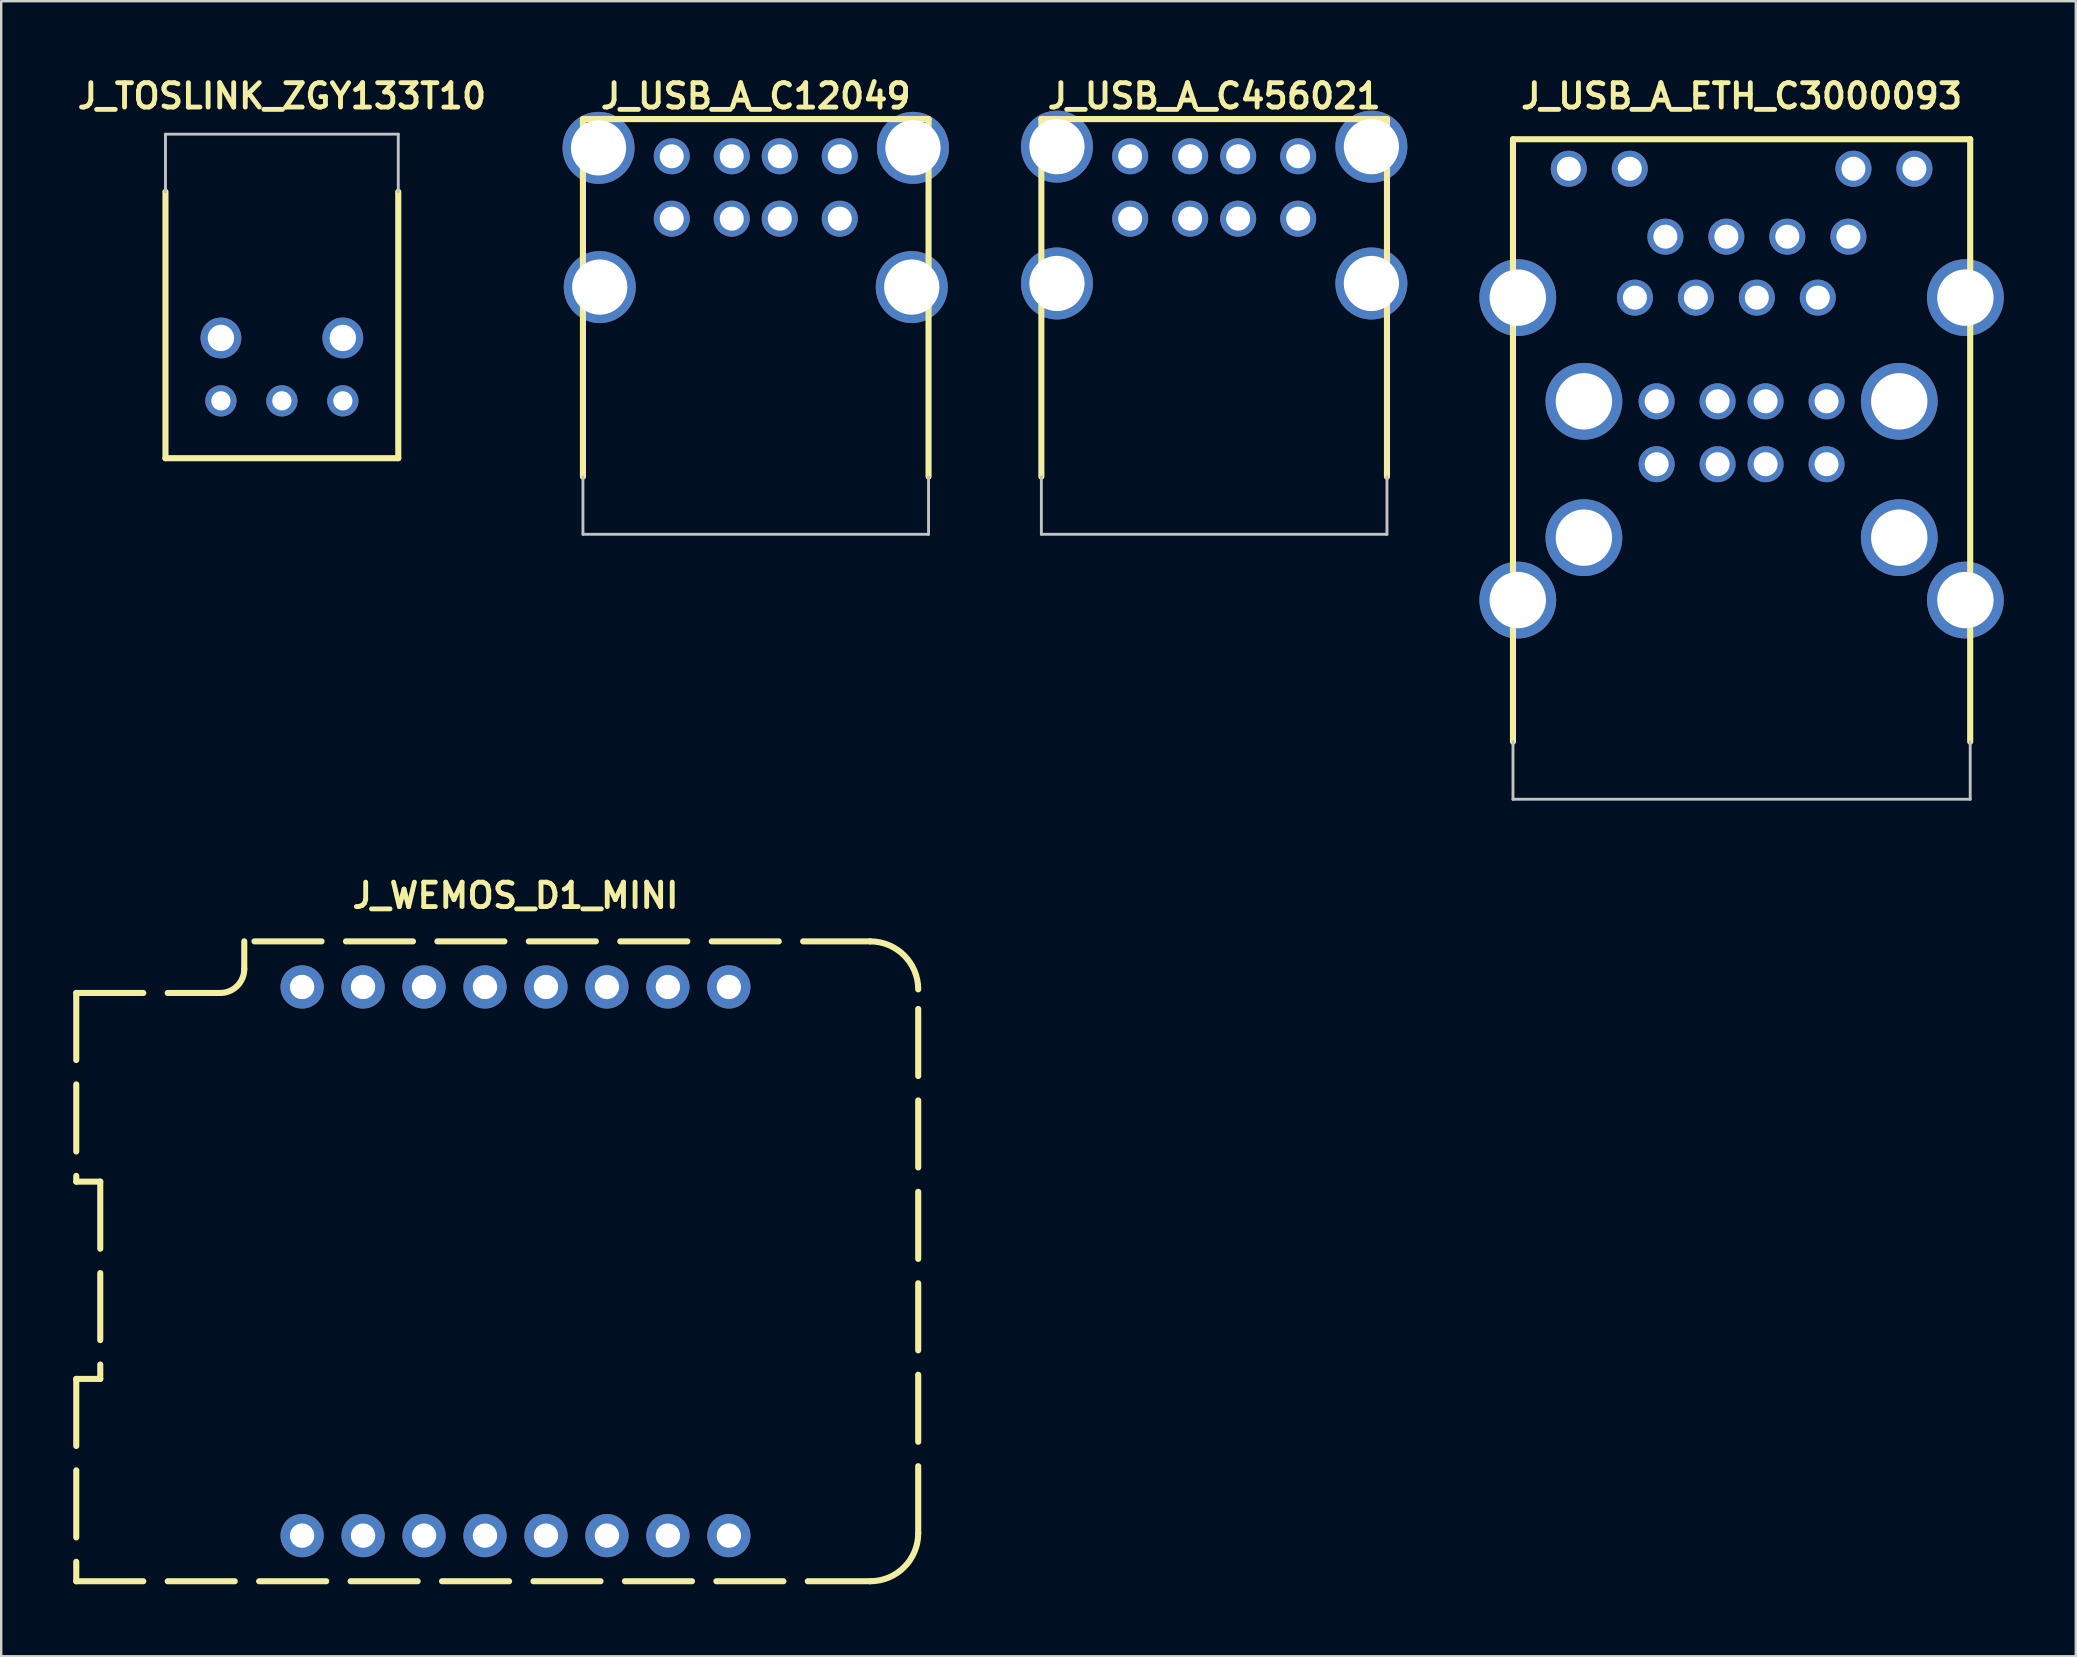
<source format=kicad_pcb>
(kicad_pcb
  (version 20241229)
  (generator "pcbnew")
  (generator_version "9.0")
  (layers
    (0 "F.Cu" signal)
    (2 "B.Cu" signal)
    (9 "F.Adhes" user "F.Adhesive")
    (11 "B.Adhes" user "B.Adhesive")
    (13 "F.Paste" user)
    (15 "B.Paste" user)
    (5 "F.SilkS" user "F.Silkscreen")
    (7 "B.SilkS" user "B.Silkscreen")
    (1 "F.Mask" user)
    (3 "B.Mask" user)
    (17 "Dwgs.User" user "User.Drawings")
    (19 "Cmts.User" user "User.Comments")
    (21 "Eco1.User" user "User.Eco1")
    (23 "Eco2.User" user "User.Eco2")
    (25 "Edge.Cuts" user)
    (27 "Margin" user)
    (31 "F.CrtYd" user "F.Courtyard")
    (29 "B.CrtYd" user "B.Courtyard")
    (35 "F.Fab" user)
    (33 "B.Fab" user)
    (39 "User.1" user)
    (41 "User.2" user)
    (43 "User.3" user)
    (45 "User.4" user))
  (footprint "J_WEMOS_D1_MINI"
    (layer "F.Cu")
    (at 18.427 49.502)
    (property "Reference" "J_WEMOS_D1_MINI" (at 0 -15.24 180) (layer "F.SilkS") (effects (font (size 1.016 1.016) (thickness 0.203))))
    (attr through_hole)
    (fp_line (start -18.3 -11.18) (end -18.3 -3.32) (stroke (width 0.254) (type dash)) (layer "F.SilkS"))
    (fp_line (start -18.3 -11.18) (end -12.3 -11.18) (stroke (width 0.254) (type dash)) (layer "F.SilkS"))
    (fp_line (start -18.3 -3.32) (end -17.3 -3.32) (stroke (width 0.254) (type solid)) (layer "F.SilkS"))
    (fp_line (start -18.3 4.9) (end -18.3 13.33) (stroke (width 0.254) (type dash)) (layer "F.SilkS"))
    (fp_line (start -18.3 13.33) (end 14.78 13.33) (stroke (width 0.254) (type dash)) (layer "F.SilkS"))
    (fp_line (start -17.3 -3.32) (end -17.3 4.9) (stroke (width 0.254) (type dash)) (layer "F.SilkS"))
    (fp_line (start -17.3 4.9) (end -18.3 4.9) (stroke (width 0.254) (type solid)) (layer "F.SilkS"))
    (fp_line (start -11.3 -13.33) (end -11.3 -13.33) (stroke (width 0.15) (type solid)) (layer "F.SilkS"))
    (fp_line (start -11.3 -12.17) (end -11.3 -13.33) (stroke (width 0.254) (type solid)) (layer "F.SilkS"))
    (fp_line (start 14.78 -13.33) (end -11.3 -13.33) (stroke (width 0.254) (type dash)) (layer "F.SilkS"))
    (fp_line (start 16.78 11.33) (end 16.78 -11.33) (stroke (width 0.254) (type dash)) (layer "F.SilkS"))
    (fp_arc (start -11.3 -12.180001) (mid -11.592894 -11.472894) (end -12.300001 -11.180001) (stroke (width 0.254) (type solid)) (layer "F.SilkS"))
    (fp_arc (start 14.780001 -13.329999) (mid 16.194214 -12.744213) (end 16.779999 -11.33) (stroke (width 0.254) (type solid)) (layer "F.SilkS"))
    (fp_arc (start 16.779999 11.33) (mid 16.194214 12.744213) (end 14.780001 13.329999) (stroke (width 0.254) (type solid)) (layer "F.SilkS"))
    (pad "1" thru_hole circle (at 8.89 -11.43) (size 1.8 1.8) (drill 1.016) (layers "*.Cu" "*.Mask"))
    (pad "2" thru_hole circle (at 6.35 -11.43) (size 1.8 1.8) (drill 1.016) (layers "*.Cu" "*.Mask"))
    (pad "3" thru_hole circle (at 3.81 -11.43) (size 1.8 1.8) (drill 1.016) (layers "*.Cu" "*.Mask"))
    (pad "4" thru_hole circle (at 1.27 -11.43) (size 1.8 1.8) (drill 1.016) (layers "*.Cu" "*.Mask"))
    (pad "5" thru_hole circle (at -1.27 -11.43) (size 1.8 1.8) (drill 1.016) (layers "*.Cu" "*.Mask"))
    (pad "6" thru_hole circle (at -3.81 -11.43) (size 1.8 1.8) (drill 1.016) (layers "*.Cu" "*.Mask"))
    (pad "7" thru_hole circle (at -6.35 -11.43) (size 1.8 1.8) (drill 1.016) (layers "*.Cu" "*.Mask"))
    (pad "8" thru_hole circle (at -8.89 -11.43) (size 1.8 1.8) (drill 1.016) (layers "*.Cu" "*.Mask"))
    (pad "9" thru_hole circle (at -8.89 11.43) (size 1.8 1.8) (drill 1.016) (layers "*.Cu" "*.Mask"))
    (pad "10" thru_hole circle (at -6.35 11.43) (size 1.8 1.8) (drill 1.016) (layers "*.Cu" "*.Mask"))
    (pad "11" thru_hole circle (at -3.81 11.43) (size 1.8 1.8) (drill 1.016) (layers "*.Cu" "*.Mask"))
    (pad "12" thru_hole circle (at -1.27 11.43) (size 1.8 1.8) (drill 1.016) (layers "*.Cu" "*.Mask"))
    (pad "13" thru_hole circle (at 1.27 11.43) (size 1.8 1.8) (drill 1.016) (layers "*.Cu" "*.Mask"))
    (pad "14" thru_hole circle (at 3.81 11.43) (size 1.8 1.8) (drill 1.016) (layers "*.Cu" "*.Mask"))
    (pad "15" thru_hole circle (at 6.35 11.43) (size 1.8 1.8) (drill 1.016) (layers "*.Cu" "*.Mask"))
    (pad "16" thru_hole circle (at 8.89 11.43) (size 1.8 1.8) (drill 1.016) (layers "*.Cu" "*.Mask")))
  (footprint "J_USB_A_ETH_C3000093"
    (layer "F.Cu")
    (at 69.513 21.951)
    (property "Reference" "J_USB_A_ETH_C3000093" (at 0 -21 0) (layer "F.SilkS") (effects (font (size 1.016 1.016) (thickness 0.203))))
    (property "Value" "${VALUE}" (at 0 10 0) (layer "F.SilkS") (hide yes) (effects (font (size 1.016 0.914) (thickness 0.203) (italic yes))))
    (attr through_hole)
    (fp_line (start -9.525 -19.2) (end -9.525 5.9) (stroke (width 0.254) (type default)) (layer "F.SilkS"))
    (fp_line (start -9.525 -19.2) (end 9.525 -19.2) (stroke (width 0.254) (type default)) (layer "F.SilkS"))
    (fp_line (start 9.525 -19.2) (end 9.525 5.9) (stroke (width 0.254) (type default)) (layer "F.SilkS"))
    (fp_line (start -9.525 5.9) (end -9.525 8.3) (stroke (width 0.12) (type default)) (layer "Dwgs.User"))
    (fp_line (start -9.525 8.3) (end 9.525 8.3) (stroke (width 0.12) (type default)) (layer "Dwgs.User"))
    (fp_line (start 9.525 5.9) (end 9.525 8.3) (stroke (width 0.12) (type default)) (layer "Dwgs.User"))
    (pad "D1" thru_hole circle (at -7.2 -17.97) (size 1.5 1.5) (drill 1) (layers "*.Cu" "*.Mask"))
    (pad "D2" thru_hole circle (at -4.66 -17.97) (size 1.5 1.5) (drill 1) (layers "*.Cu" "*.Mask"))
    (pad "D3" thru_hole circle (at 4.66 -17.97) (size 1.5 1.5) (drill 1) (layers "*.Cu" "*.Mask"))
    (pad "D4" thru_hole circle (at 7.2 -17.97) (size 1.5 1.5) (drill 1) (layers "*.Cu" "*.Mask"))
    (pad "J1" thru_hole circle (at 4.45 -15.14) (size 1.5 1.5) (drill 1) (layers "*.Cu" "*.Mask"))
    (pad "J2" thru_hole circle (at 3.175 -12.6) (size 1.5 1.5) (drill 1) (layers "*.Cu" "*.Mask"))
    (pad "J3" thru_hole circle (at 1.905 -15.14) (size 1.5 1.5) (drill 1) (layers "*.Cu" "*.Mask"))
    (pad "J4" thru_hole circle (at 0.635 -12.6) (size 1.5 1.5) (drill 1) (layers "*.Cu" "*.Mask"))
    (pad "J5" thru_hole circle (at -0.635 -15.14) (size 1.5 1.5) (drill 1) (layers "*.Cu" "*.Mask"))
    (pad "J6" thru_hole circle (at -1.905 -12.6) (size 1.5 1.5) (drill 1) (layers "*.Cu" "*.Mask"))
    (pad "J7" thru_hole circle (at -3.175 -15.14) (size 1.5 1.5) (drill 1) (layers "*.Cu" "*.Mask"))
    (pad "J8" thru_hole circle (at -4.445 -12.6) (size 1.5 1.5) (drill 1) (layers "*.Cu" "*.Mask"))
    (pad "S" thru_hole circle (at -9.325 -12.6) (size 3.2 3.2) (drill 2.35) (layers "*.Cu" "*.Mask"))
    (pad "S" thru_hole circle (at -9.325 0) (size 3.2 3.2) (drill 2.35) (layers "*.Cu" "*.Mask"))
    (pad "S" thru_hole circle (at -6.57 -8.28) (size 3.2 3.2) (drill 2.35) (layers "*.Cu" "*.Mask"))
    (pad "S" thru_hole circle (at -6.57 -2.6) (size 3.2 3.2) (drill 2.35) (layers "*.Cu" "*.Mask"))
    (pad "S" thru_hole circle (at 6.57 -8.28) (size 3.2 3.2) (drill 2.35) (layers "*.Cu" "*.Mask"))
    (pad "S" thru_hole circle (at 6.57 -2.6) (size 3.2 3.2) (drill 2.35) (layers "*.Cu" "*.Mask"))
    (pad "S" thru_hole circle (at 9.325 -12.6) (size 3.2 3.2) (drill 2.35) (layers "*.Cu" "*.Mask"))
    (pad "S" thru_hole circle (at 9.325 0) (size 3.2 3.2) (drill 2.35) (layers "*.Cu" "*.Mask"))
    (pad "U1" thru_hole circle (at -3.54 -5.66) (size 1.5 1.5) (drill 1) (layers "*.Cu" "*.Mask"))
    (pad "U2" thru_hole circle (at -1 -5.66) (size 1.5 1.5) (drill 1) (layers "*.Cu" "*.Mask"))
    (pad "U3" thru_hole circle (at 1 -5.66) (size 1.5 1.5) (drill 1) (layers "*.Cu" "*.Mask"))
    (pad "U4" thru_hole circle (at 3.54 -5.66) (size 1.5 1.5) (drill 1) (layers "*.Cu" "*.Mask"))
    (pad "U5" thru_hole circle (at -3.54 -8.28) (size 1.5 1.5) (drill 1) (layers "*.Cu" "*.Mask"))
    (pad "U6" thru_hole circle (at -1 -8.28) (size 1.5 1.5) (drill 1) (layers "*.Cu" "*.Mask"))
    (pad "U7" thru_hole circle (at 1 -8.28) (size 1.5 1.5) (drill 1) (layers "*.Cu" "*.Mask"))
    (pad "U8" thru_hole circle (at 3.54 -8.28) (size 1.5 1.5) (drill 1) (layers "*.Cu" "*.Mask")))
  (footprint "J_TOSLINK_ZGY133T10"
    (layer "F.Cu")
    (at 8.694 13.651)
    (property "Reference" "J_TOSLINK_ZGY133T10" (at 0 -12.7 0) (unlocked yes) (layer "F.SilkS") (effects (font (size 1.016 1.016) (thickness 0.203) (bold yes))))
    (attr through_hole)
    (fp_line (start -4.85 -8.71) (end -4.85 2.39) (stroke (width 0.254) (type default)) (layer "F.SilkS"))
    (fp_line (start -4.85 2.39) (end 4.85 2.39) (stroke (width 0.254) (type default)) (layer "F.SilkS"))
    (fp_line (start 4.85 -8.71) (end 4.85 2.39) (stroke (width 0.254) (type default)) (layer "F.SilkS"))
    (fp_line (start -4.85 -11.11) (end -4.85 -8.71) (stroke (width 0.12) (type default)) (layer "Dwgs.User"))
    (fp_line (start -4.85 -11.11) (end 4.85 -11.11) (stroke (width 0.12) (type default)) (layer "Dwgs.User"))
    (fp_line (start 4.85 -11.11) (end 4.85 -8.71) (stroke (width 0.12) (type default)) (layer "Dwgs.User"))
    (pad "1" thru_hole circle (at 2.54 0) (size 1.3 1.3) (drill 0.8) (layers "*.Cu" "*.Mask"))
    (pad "2" thru_hole circle (at 0 0) (size 1.3 1.3) (drill 0.8) (layers "*.Cu" "*.Mask"))
    (pad "3" thru_hole circle (at -2.54 0) (size 1.3 1.3) (drill 0.8) (layers "*.Cu" "*.Mask"))
    (pad "4" thru_hole circle (at 2.54 -2.62) (size 1.7 1.7) (drill 1.1) (layers "*.Cu" "*.Mask"))
    (pad "5" thru_hole circle (at -2.54 -2.62) (size 1.7 1.7) (drill 1.1) (layers "*.Cu" "*.Mask")))
  (footprint "J_USB_A_C456021"
    (layer "F.Cu")
    (at 47.538 4.761)
    (property "Reference" "J_USB_A_C456021" (at 0 -3.81 0) (layer "F.SilkS") (effects (font (size 1.016 1.016) (thickness 0.203))))
    (property "Value" "${VALUE}" (at 0 16 0) (layer "F.SilkS") (hide yes) (effects (font (size 1.016 0.914) (thickness 0.203) (italic yes))))
    (attr through_hole)
    (fp_line (start -7.2 -2.85) (end -7.2 12.05) (stroke (width 0.254) (type solid)) (layer "F.SilkS"))
    (fp_line (start -7.2 -2.85) (end 7.2 -2.85) (stroke (width 0.254) (type solid)) (layer "F.SilkS"))
    (fp_line (start 7.2 -2.85) (end 7.2 12.05) (stroke (width 0.254) (type solid)) (layer "F.SilkS"))
    (fp_line (start -7.2 14.45) (end -7.2 12.05) (stroke (width 0.12) (type default)) (layer "Dwgs.User"))
    (fp_line (start 7.2 12.05) (end 7.2 14.45) (stroke (width 0.12) (type default)) (layer "Dwgs.User"))
    (fp_line (start 7.2 14.45) (end -7.2 14.45) (stroke (width 0.12) (type default)) (layer "Dwgs.User"))
    (pad "1" thru_hole circle (at -3.5 -1.3) (size 1.5 1.5) (drill 1) (layers "*.Cu" "*.Mask"))
    (pad "2" thru_hole circle (at -1 -1.3) (size 1.5 1.5) (drill 1) (layers "*.Cu" "*.Mask"))
    (pad "3" thru_hole circle (at 1 -1.3) (size 1.5 1.5) (drill 1) (layers "*.Cu" "*.Mask"))
    (pad "4" thru_hole circle (at 3.5 -1.3) (size 1.5 1.5) (drill 1) (layers "*.Cu" "*.Mask"))
    (pad "5" thru_hole circle (at -3.5 1.3) (size 1.5 1.5) (drill 1) (layers "*.Cu" "*.Mask"))
    (pad "6" thru_hole circle (at -1 1.3) (size 1.5 1.5) (drill 1) (layers "*.Cu" "*.Mask"))
    (pad "7" thru_hole circle (at 1 1.3) (size 1.5 1.5) (drill 1) (layers "*.Cu" "*.Mask"))
    (pad "8" thru_hole circle (at 3.5 1.3) (size 1.5 1.5) (drill 1) (layers "*.Cu" "*.Mask"))
    (pad "S" thru_hole circle (at -6.55 -1.7) (size 3 3) (drill 2.3) (layers "*.Cu" "*.Mask"))
    (pad "S" thru_hole circle (at -6.55 4) (size 3 3) (drill 2.3) (layers "*.Cu" "*.Mask"))
    (pad "S" thru_hole circle (at 6.55 -1.7) (size 3 3) (drill 2.3) (layers "*.Cu" "*.Mask"))
    (pad "S" thru_hole circle (at 6.55 4) (size 3 3) (drill 2.3) (layers "*.Cu" "*.Mask")))
  (footprint "J_USB_A_C12049"
    (layer "F.Cu")
    (at 28.438 4.761)
    (property "Reference" "J_USB_A_C12049" (at 0 -3.81 0) (layer "F.SilkS") (effects (font (size 1.016 1.016) (thickness 0.203))))
    (property "Value" "${VALUE}" (at 0 16 0) (layer "F.SilkS") (hide yes) (effects (font (size 1.016 0.914) (thickness 0.203) (italic yes))))
    (attr through_hole)
    (fp_line (start -7.2 -2.85) (end -7.2 12.05) (stroke (width 0.254) (type solid)) (layer "F.SilkS"))
    (fp_line (start -7.2 -2.85) (end 7.2 -2.85) (stroke (width 0.254) (type solid)) (layer "F.SilkS"))
    (fp_line (start 7.2 -2.85) (end 7.2 12.05) (stroke (width 0.254) (type solid)) (layer "F.SilkS"))
    (fp_line (start -7.2 14.45) (end -7.2 12.05) (stroke (width 0.12) (type default)) (layer "Dwgs.User"))
    (fp_line (start 7.2 12.05) (end 7.2 14.45) (stroke (width 0.12) (type default)) (layer "Dwgs.User"))
    (fp_line (start 7.2 14.45) (end -7.2 14.45) (stroke (width 0.12) (type default)) (layer "Dwgs.User"))
    (pad "1" thru_hole circle (at -3.5 -1.3) (size 1.5 1.5) (drill 1) (layers "*.Cu" "*.Mask"))
    (pad "2" thru_hole circle (at -1 -1.3) (size 1.5 1.5) (drill 1) (layers "*.Cu" "*.Mask"))
    (pad "3" thru_hole circle (at 1 -1.3) (size 1.5 1.5) (drill 1) (layers "*.Cu" "*.Mask"))
    (pad "4" thru_hole circle (at 3.5 -1.3) (size 1.5 1.5) (drill 1) (layers "*.Cu" "*.Mask"))
    (pad "5" thru_hole circle (at -3.5 1.3) (size 1.5 1.5) (drill 1) (layers "*.Cu" "*.Mask"))
    (pad "6" thru_hole circle (at -1 1.3) (size 1.5 1.5) (drill 1) (layers "*.Cu" "*.Mask"))
    (pad "7" thru_hole circle (at 1 1.3) (size 1.5 1.5) (drill 1) (layers "*.Cu" "*.Mask"))
    (pad "8" thru_hole circle (at 3.5 1.3) (size 1.5 1.5) (drill 1) (layers "*.Cu" "*.Mask"))
    (pad "S" thru_hole circle (at -6.55 -1.65) (size 3 3) (drill 2.3) (layers "*.Cu" "*.Mask"))
    (pad "S" thru_hole circle (at -6.5 4.15) (size 3 3) (drill 2.3) (layers "*.Cu" "*.Mask"))
    (pad "S" thru_hole circle (at 6.5 4.15) (size 3 3) (drill 2.3) (layers "*.Cu" "*.Mask"))
    (pad "S" thru_hole circle (at 6.55 -1.65) (size 3 3) (drill 2.3) (layers "*.Cu" "*.Mask")))
  (gr_rect
    (start -3 -3)
    (end 83.438 65.959)
    (stroke (width 0.1) (type default))
    (fill no)
    (layer "Edge.Cuts")))
</source>
